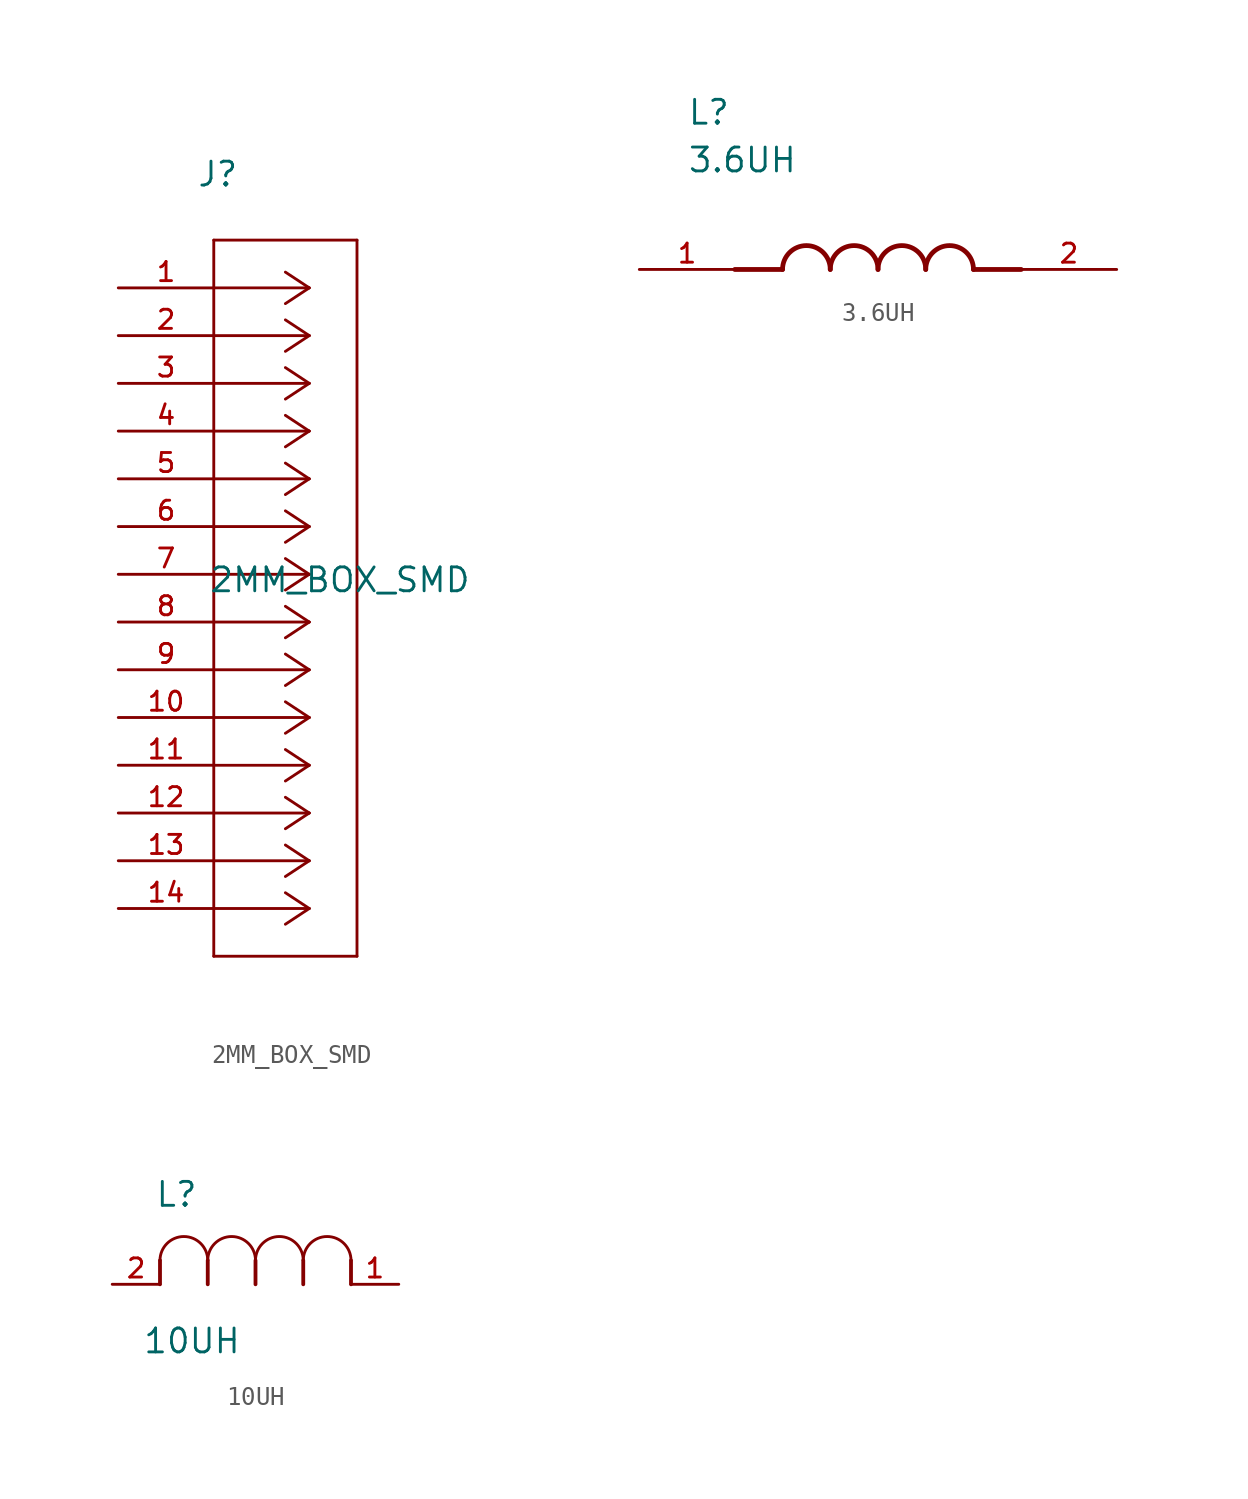
<source format=kicad_sym>
(kicad_symbol_lib
  (version 20241209)
  (generator "kicad_symbol_editor")
  (generator_version "9.0")
  (symbol "2MM_BOX_SMD"
    (pin_names
      (offset 1.016))
    (property "Reference" "J"
      (at 4.166 5.309 0)
      (effects (font (size 1.27 1.27)) (justify left bottom)))
    (property "Value" "2MM_BOX_SMD"
      (at 4.801 -16.281 0)
      (effects (font (size 1.27 1.27)) (justify left bottom)))
    (symbol "2MM_BOX_SMD_0_0"
      (polyline (pts (xy 5.08 2.54) (xy 5.08 -35.56)) (stroke (width 0.152) (type default)) (fill (type none)))
      (polyline (pts (xy 5.08 -35.56) (xy 12.7 -35.56)) (stroke (width 0.152) (type default)) (fill (type none)))
      (polyline (pts (xy 10.16 0) (xy 5.08 0)) (stroke (width 0.152) (type default)) (fill (type none)))
      (polyline (pts (xy 10.16 0) (xy 8.89 0.838)) (stroke (width 0.152) (type default)) (fill (type none)))
      (polyline (pts (xy 10.16 0) (xy 8.89 -0.838)) (stroke (width 0.152) (type default)) (fill (type none)))
      (polyline (pts (xy 10.16 -2.54) (xy 5.08 -2.54)) (stroke (width 0.152) (type default)) (fill (type none)))
      (polyline (pts (xy 10.16 -2.54) (xy 8.89 -1.702)) (stroke (width 0.152) (type default)) (fill (type none)))
      (polyline (pts (xy 10.16 -2.54) (xy 8.89 -3.378)) (stroke (width 0.152) (type default)) (fill (type none)))
      (polyline (pts (xy 10.16 -5.08) (xy 5.08 -5.08)) (stroke (width 0.152) (type default)) (fill (type none)))
      (polyline (pts (xy 10.16 -5.08) (xy 8.89 -4.242)) (stroke (width 0.152) (type default)) (fill (type none)))
      (polyline (pts (xy 10.16 -5.08) (xy 8.89 -5.918)) (stroke (width 0.152) (type default)) (fill (type none)))
      (polyline (pts (xy 10.16 -7.62) (xy 5.08 -7.62)) (stroke (width 0.152) (type default)) (fill (type none)))
      (polyline (pts (xy 10.16 -7.62) (xy 8.89 -6.782)) (stroke (width 0.152) (type default)) (fill (type none)))
      (polyline (pts (xy 10.16 -7.62) (xy 8.89 -8.458)) (stroke (width 0.152) (type default)) (fill (type none)))
      (polyline (pts (xy 10.16 -10.16) (xy 5.08 -10.16)) (stroke (width 0.152) (type default)) (fill (type none)))
      (polyline (pts (xy 10.16 -10.16) (xy 8.89 -9.322)) (stroke (width 0.152) (type default)) (fill (type none)))
      (polyline (pts (xy 10.16 -10.16) (xy 8.89 -10.998)) (stroke (width 0.152) (type default)) (fill (type none)))
      (polyline (pts (xy 10.16 -12.7) (xy 5.08 -12.7)) (stroke (width 0.152) (type default)) (fill (type none)))
      (polyline (pts (xy 10.16 -12.7) (xy 8.89 -11.862)) (stroke (width 0.152) (type default)) (fill (type none)))
      (polyline (pts (xy 10.16 -12.7) (xy 8.89 -13.538)) (stroke (width 0.152) (type default)) (fill (type none)))
      (polyline (pts (xy 10.16 -15.24) (xy 5.08 -15.24)) (stroke (width 0.152) (type default)) (fill (type none)))
      (polyline (pts (xy 10.16 -15.24) (xy 8.89 -14.402)) (stroke (width 0.152) (type default)) (fill (type none)))
      (polyline (pts (xy 10.16 -15.24) (xy 8.89 -16.078)) (stroke (width 0.152) (type default)) (fill (type none)))
      (polyline (pts (xy 10.16 -17.78) (xy 5.08 -17.78)) (stroke (width 0.152) (type default)) (fill (type none)))
      (polyline (pts (xy 10.16 -17.78) (xy 8.89 -16.942)) (stroke (width 0.152) (type default)) (fill (type none)))
      (polyline (pts (xy 10.16 -17.78) (xy 8.89 -18.618)) (stroke (width 0.152) (type default)) (fill (type none)))
      (polyline (pts (xy 10.16 -20.32) (xy 5.08 -20.32)) (stroke (width 0.152) (type default)) (fill (type none)))
      (polyline (pts (xy 10.16 -20.32) (xy 8.89 -19.482)) (stroke (width 0.152) (type default)) (fill (type none)))
      (polyline (pts (xy 10.16 -20.32) (xy 8.89 -21.158)) (stroke (width 0.152) (type default)) (fill (type none)))
      (polyline (pts (xy 10.16 -22.86) (xy 5.08 -22.86)) (stroke (width 0.152) (type default)) (fill (type none)))
      (polyline (pts (xy 10.16 -22.86) (xy 8.89 -22.022)) (stroke (width 0.152) (type default)) (fill (type none)))
      (polyline (pts (xy 10.16 -22.86) (xy 8.89 -23.698)) (stroke (width 0.152) (type default)) (fill (type none)))
      (polyline (pts (xy 10.16 -25.4) (xy 5.08 -25.4)) (stroke (width 0.152) (type default)) (fill (type none)))
      (polyline (pts (xy 10.16 -25.4) (xy 8.89 -24.562)) (stroke (width 0.152) (type default)) (fill (type none)))
      (polyline (pts (xy 10.16 -25.4) (xy 8.89 -26.238)) (stroke (width 0.152) (type default)) (fill (type none)))
      (polyline (pts (xy 10.16 -27.94) (xy 5.08 -27.94)) (stroke (width 0.152) (type default)) (fill (type none)))
      (polyline (pts (xy 10.16 -27.94) (xy 8.89 -27.102)) (stroke (width 0.152) (type default)) (fill (type none)))
      (polyline (pts (xy 10.16 -27.94) (xy 8.89 -28.778)) (stroke (width 0.152) (type default)) (fill (type none)))
      (polyline (pts (xy 10.16 -30.48) (xy 5.08 -30.48)) (stroke (width 0.152) (type default)) (fill (type none)))
      (polyline (pts (xy 10.16 -30.48) (xy 8.89 -29.642)) (stroke (width 0.152) (type default)) (fill (type none)))
      (polyline (pts (xy 10.16 -30.48) (xy 8.89 -31.318)) (stroke (width 0.152) (type default)) (fill (type none)))
      (polyline (pts (xy 10.16 -33.02) (xy 5.08 -33.02)) (stroke (width 0.152) (type default)) (fill (type none)))
      (polyline (pts (xy 10.16 -33.02) (xy 8.89 -32.182)) (stroke (width 0.152) (type default)) (fill (type none)))
      (polyline (pts (xy 10.16 -33.02) (xy 8.89 -33.858)) (stroke (width 0.152) (type default)) (fill (type none)))
      (polyline (pts (xy 12.7 2.54) (xy 5.08 2.54)) (stroke (width 0.152) (type default)) (fill (type none)))
      (polyline (pts (xy 12.7 -35.56) (xy 12.7 2.54)) (stroke (width 0.152) (type default)) (fill (type none)))
      (pin passive line (at 0 0 0) (length 5.08) (name "~" (effects (font (size 1.016 1.016)))) (number "1" (effects (font (size 1.016 1.016)))))
      (pin passive line (at 0 -2.54 0) (length 5.08) (name "~" (effects (font (size 1.016 1.016)))) (number "2" (effects (font (size 1.016 1.016)))))
      (pin passive line (at 0 -5.08 0) (length 5.08) (name "~" (effects (font (size 1.016 1.016)))) (number "3" (effects (font (size 1.016 1.016)))))
      (pin passive line (at 0 -7.62 0) (length 5.08) (name "~" (effects (font (size 1.016 1.016)))) (number "4" (effects (font (size 1.016 1.016)))))
      (pin passive line (at 0 -10.16 0) (length 5.08) (name "~" (effects (font (size 1.016 1.016)))) (number "5" (effects (font (size 1.016 1.016)))))
      (pin passive line (at 0 -12.7 0) (length 5.08) (name "~" (effects (font (size 1.016 1.016)))) (number "6" (effects (font (size 1.016 1.016)))))
      (pin passive line (at 0 -15.24 0) (length 5.08) (name "~" (effects (font (size 1.016 1.016)))) (number "7" (effects (font (size 1.016 1.016)))))
      (pin passive line (at 0 -17.78 0) (length 5.08) (name "~" (effects (font (size 1.016 1.016)))) (number "8" (effects (font (size 1.016 1.016)))))
      (pin passive line (at 0 -20.32 0) (length 5.08) (name "~" (effects (font (size 1.016 1.016)))) (number "9" (effects (font (size 1.016 1.016)))))
      (pin passive line (at 0 -22.86 0) (length 5.08) (name "~" (effects (font (size 1.016 1.016)))) (number "10" (effects (font (size 1.016 1.016)))))
      (pin passive line (at 0 -25.4 0) (length 5.08) (name "~" (effects (font (size 1.016 1.016)))) (number "11" (effects (font (size 1.016 1.016)))))
      (pin passive line (at 0 -27.94 0) (length 5.08) (name "~" (effects (font (size 1.016 1.016)))) (number "12" (effects (font (size 1.016 1.016)))))
      (pin passive line (at 0 -30.48 0) (length 5.08) (name "~" (effects (font (size 1.016 1.016)))) (number "13" (effects (font (size 1.016 1.016)))))
      (pin passive line (at 0 -33.02 0) (length 5.08) (name "~" (effects (font (size 1.016 1.016)))) (number "14" (effects (font (size 1.016 1.016)))))))
  (symbol "3.6UH"
    (pin_names
      (offset 1.016))
    (property "Reference" "L"
      (at -10.16 7.62 0)
      (effects (font (size 1.27 1.27)) (justify left bottom)))
    (property "Value" "3.6UH"
      (at -10.16 5.08 0)
      (effects (font (size 1.27 1.27)) (justify left bottom)))
    (symbol "3.6UH_0_0"
      (polyline (pts (xy -5.08 0) (xy -7.62 0)) (stroke (width 0.254) (type default)) (fill (type none)))
      (arc (start -5.08 0) (mid -3.81 1.2645) (end -2.54 0) (stroke (width 0.254) (type default)) (fill (type none)))
      (arc (start -2.54 0) (mid -1.27 1.2645) (end 0 0) (stroke (width 0.254) (type default)) (fill (type none)))
      (arc (start 0 0) (mid 1.27 1.2645) (end 2.54 0) (stroke (width 0.254) (type default)) (fill (type none)))
      (arc (start 2.54 0) (mid 3.81 1.2645) (end 5.08 0) (stroke (width 0.254) (type default)) (fill (type none)))
      (polyline (pts (xy 5.08 0) (xy 7.62 0)) (stroke (width 0.254) (type default)) (fill (type none)))
      (pin passive line (at -12.7 0 0) (length 5.08) (name "~" (effects (font (size 1.016 1.016)))) (number "1" (effects (font (size 1.016 1.016)))))
      (pin passive line (at 12.7 0 180) (length 5.08) (name "~" (effects (font (size 1.016 1.016)))) (number "2" (effects (font (size 1.016 1.016)))))))
  (symbol "10UH"
    (pin_names
      (offset 1.016))
    (property "Reference" "L"
      (at 2.261 4.039 0)
      (effects (font (size 1.27 1.27)) (justify left bottom)))
    (property "Value" "10UH"
      (at 1.6 -3.759 0)
      (effects (font (size 1.27 1.27)) (justify left bottom)))
    (symbol "10UH_0_0"
      (polyline (pts (xy 2.54 0) (xy 2.54 1.27)) (stroke (width 0.203) (type default)) (fill (type none)))
      (arc (start 2.54 1.27) (mid 3.81 2.5344) (end 5.08 1.27) (stroke (width 0) (type default)) (fill (type none)))
      (polyline (pts (xy 5.08 0) (xy 5.08 1.27)) (stroke (width 0.203) (type default)) (fill (type none)))
      (arc (start 5.08 1.27) (mid 6.35 2.5344) (end 7.62 1.27) (stroke (width 0) (type default)) (fill (type none)))
      (polyline (pts (xy 7.62 0) (xy 7.62 1.27)) (stroke (width 0.203) (type default)) (fill (type none)))
      (arc (start 7.62 1.27) (mid 8.89 2.5344) (end 10.16 1.27) (stroke (width 0) (type default)) (fill (type none)))
      (polyline (pts (xy 10.16 0) (xy 10.16 1.27)) (stroke (width 0.203) (type default)) (fill (type none)))
      (arc (start 10.16 1.27) (mid 11.43 2.5344) (end 12.7 1.27) (stroke (width 0) (type default)) (fill (type none)))
      (polyline (pts (xy 12.7 0) (xy 12.7 1.27)) (stroke (width 0.203) (type default)) (fill (type none)))
      (pin passive line (at 0 0 0) (length 2.54) (name "~" (effects (font (size 1.016 1.016)))) (number "2" (effects (font (size 1.016 1.016)))))
      (pin passive line (at 15.24 0 180) (length 2.54) (name "~" (effects (font (size 1.016 1.016)))) (number "1" (effects (font (size 1.016 1.016))))))))
</source>
